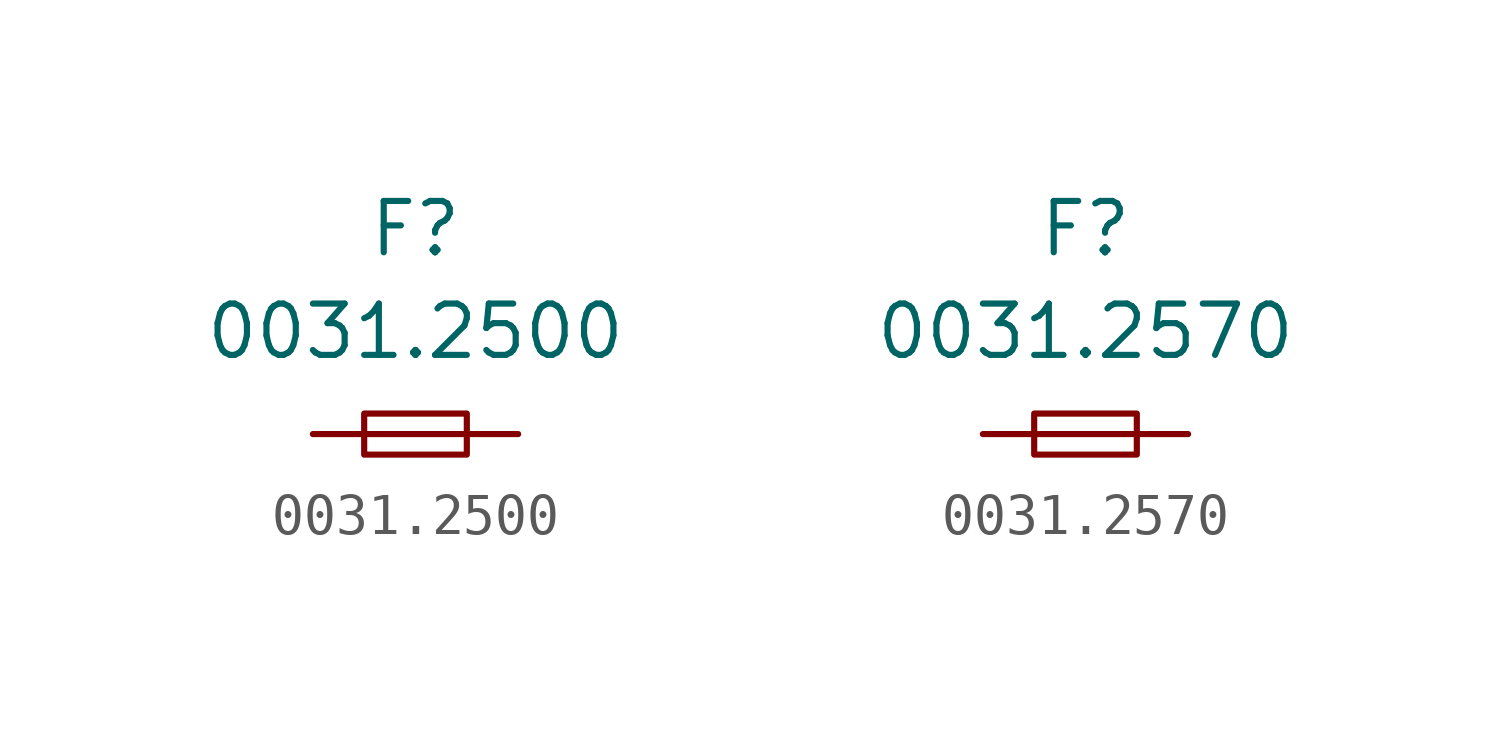
<source format=kicad_sym>
(kicad_symbol_lib
  (version 20220914)
  (generator kicad_symbol_editor)
  (symbol "0031.2500"
    (pin_numbers hide)
    (pin_names hide)
    (property "Reference" "F"
      (at 0 5.08 0)
      (effects (font (size 1.27 1.27))))
    (property "Value" "0031.2500"
      (at 0 2.54 0)
      (effects (font (size 1.27 1.27))))
    (symbol "0031.2500_0_1"
      (rectangle (start -1.27 0.508) (end 1.27 -0.508) (stroke (width 0) (type default)) (fill (type none)))
      (polyline (pts (xy -1.27 0) (xy 1.27 0)) (stroke (width 0) (type default)) (fill (type none))))
    (symbol "0031.2500_1_1"
      (pin passive line (at -2.54 0 0) (length 1.27) (name "~" (effects (font (size 1.27 1.27)))) (number "1" (effects (font (size 1.27 1.27)))))
      (pin passive line (at 2.54 0 180) (length 1.27) (name "~" (effects (font (size 1.27 1.27)))) (number "2" (effects (font (size 1.27 1.27)))))))
  (symbol "0031.2570"
    (pin_numbers hide)
    (pin_names hide)
    (property "Reference" "F"
      (at 0 5.08 0)
      (effects (font (size 1.27 1.27))))
    (property "Value" "0031.2570"
      (at 0 2.54 0)
      (effects (font (size 1.27 1.27))))
    (symbol "0031.2570_0_1"
      (rectangle (start -1.27 0.508) (end 1.27 -0.508) (stroke (width 0) (type default)) (fill (type none)))
      (polyline (pts (xy -1.27 0) (xy 1.27 0)) (stroke (width 0) (type default)) (fill (type none))))
    (symbol "0031.2570_1_1"
      (pin passive line (at -2.54 0 0) (length 1.27) (name "~" (effects (font (size 1.27 1.27)))) (number "1" (effects (font (size 1.27 1.27)))))
      (pin passive line (at 2.54 0 180) (length 1.27) (name "~" (effects (font (size 1.27 1.27)))) (number "2" (effects (font (size 1.27 1.27))))))))
</source>
